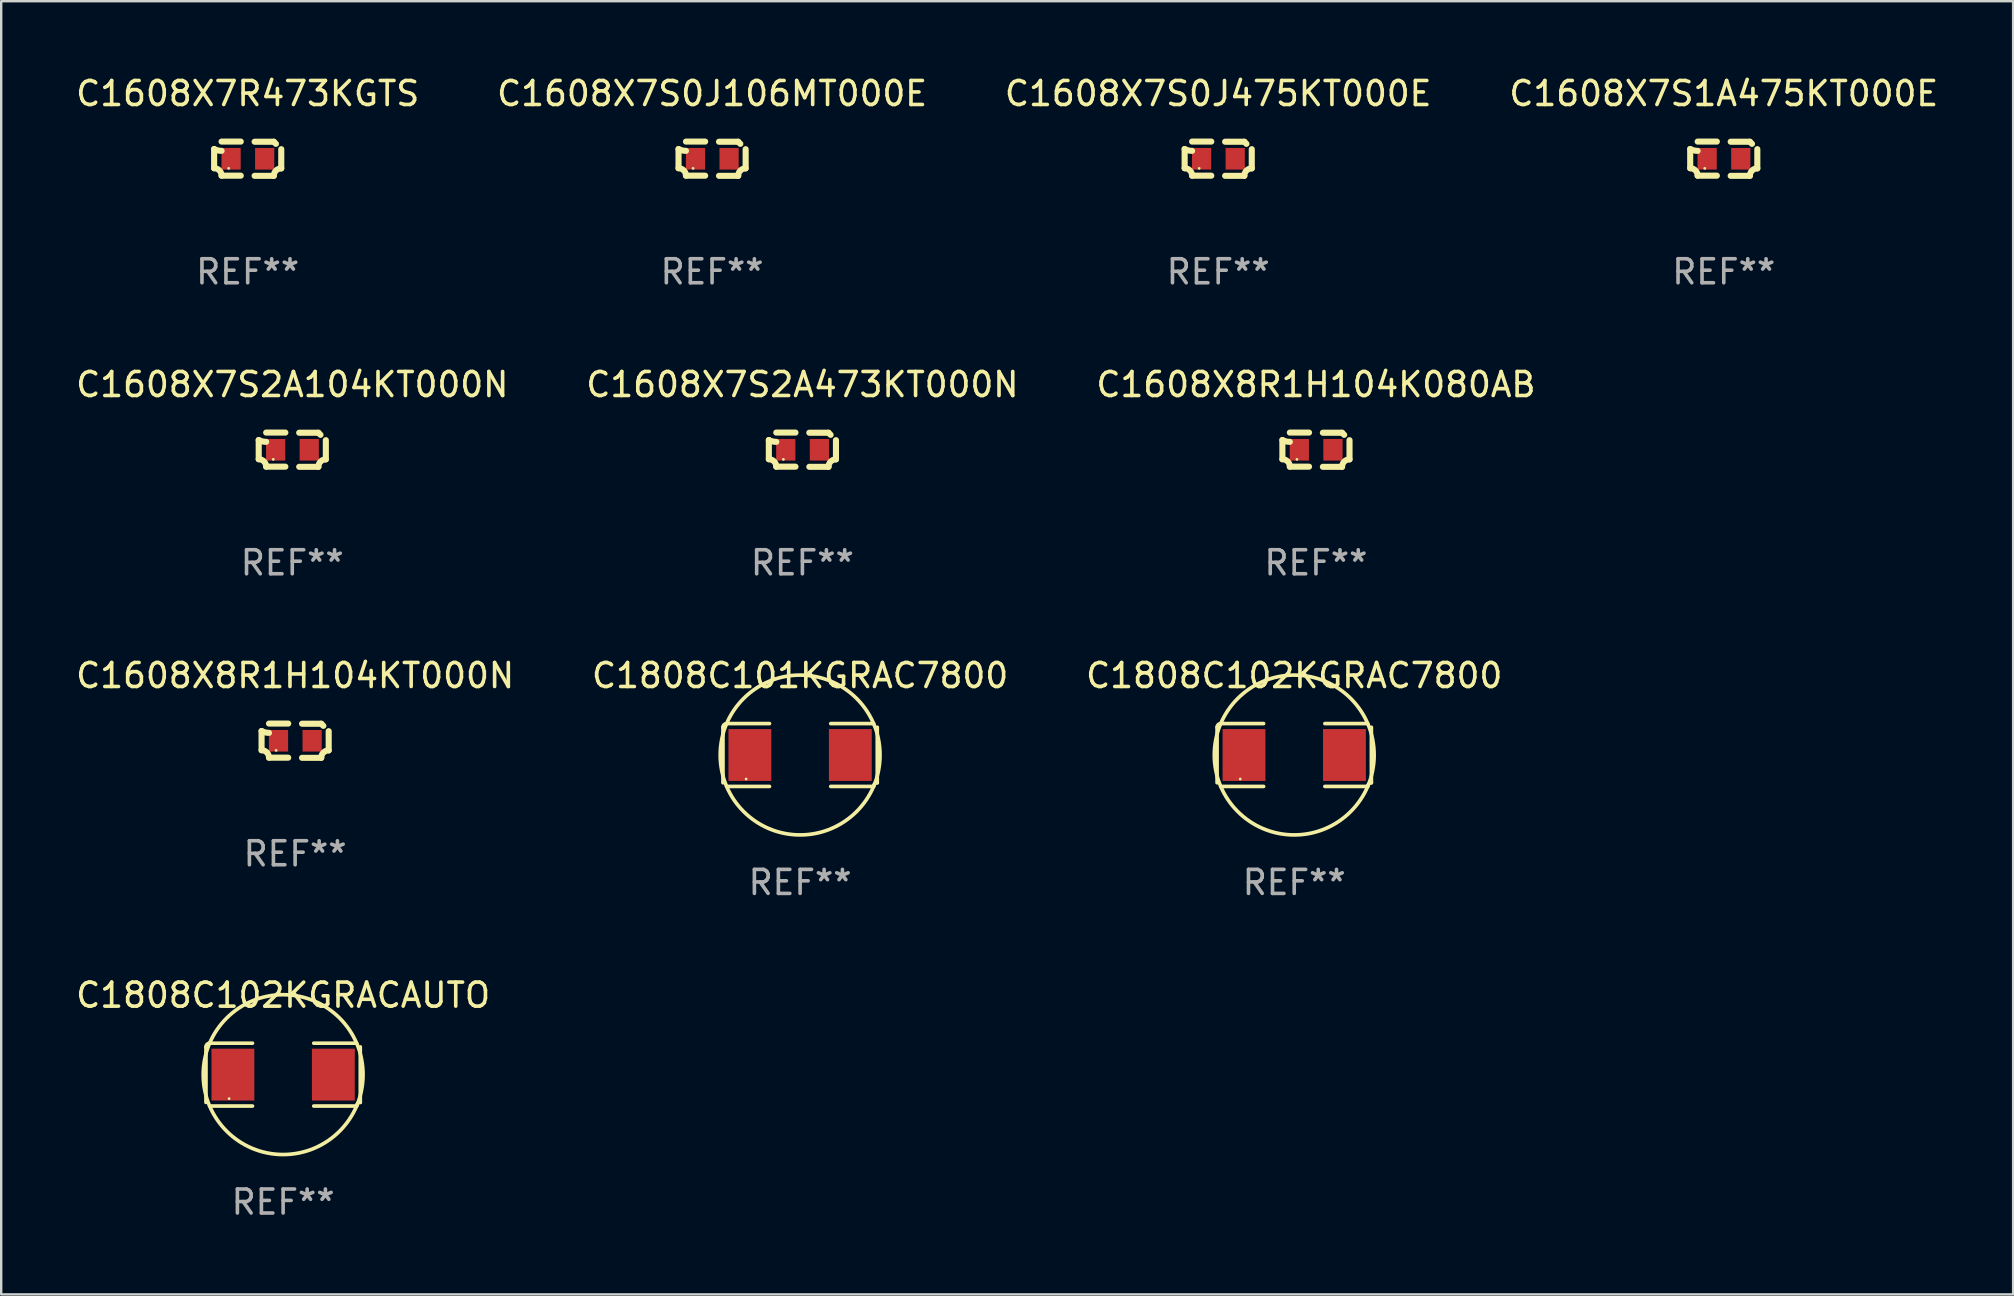
<source format=kicad_pcb>
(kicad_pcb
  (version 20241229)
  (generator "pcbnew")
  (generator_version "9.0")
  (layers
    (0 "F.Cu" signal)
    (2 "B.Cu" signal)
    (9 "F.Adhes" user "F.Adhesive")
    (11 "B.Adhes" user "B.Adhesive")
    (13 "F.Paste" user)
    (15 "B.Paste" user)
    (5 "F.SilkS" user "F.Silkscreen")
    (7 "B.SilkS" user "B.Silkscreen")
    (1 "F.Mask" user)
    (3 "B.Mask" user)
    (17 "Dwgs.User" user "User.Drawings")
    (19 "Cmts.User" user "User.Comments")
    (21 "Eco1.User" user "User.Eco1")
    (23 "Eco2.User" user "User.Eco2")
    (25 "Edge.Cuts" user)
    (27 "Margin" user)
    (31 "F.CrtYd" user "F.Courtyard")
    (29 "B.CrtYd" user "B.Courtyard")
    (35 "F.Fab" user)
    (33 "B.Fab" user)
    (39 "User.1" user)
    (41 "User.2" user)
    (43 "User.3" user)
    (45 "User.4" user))
  (footprint "C1608X7S0J106MT000E"
    (layer "F.Cu")
    (at 26.613 3.561)
    (property "Reference" "C1608X7S0J106MT000E" (at 0 -2.713 0) (layer "F.SilkS") (effects (font (size 1 1) (thickness 0.15))))
    (attr through_hole)
    (fp_line (start -1.398 -0.403) (end -1.398 0.397) (stroke (width 0.254) (type solid)) (layer "F.SilkS"))
    (fp_line (start -0.288 -0.713) (end -1.088 -0.713) (stroke (width 0.254) (type solid)) (layer "F.SilkS"))
    (fp_line (start -0.288 0.707) (end -1.088 0.707) (stroke (width 0.254) (type solid)) (layer "F.SilkS"))
    (fp_line (start 0.288 -0.707) (end 1.088 -0.707) (stroke (width 0.254) (type solid)) (layer "F.SilkS"))
    (fp_line (start 0.288 0.713) (end 1.088 0.713) (stroke (width 0.254) (type solid)) (layer "F.SilkS"))
    (fp_line (start 1.398 -0.397) (end 1.398 0.403) (stroke (width 0.254) (type solid)) (layer "F.SilkS"))
    (fp_arc (start -1.397789 0.397066) (mid -1.178701 0.487826) (end -1.08796 0.706922) (stroke (width 0.254001) (type solid)) (layer "F.SilkS"))
    (fp_arc (start -1.08796 -0.327176) (mid -1.247436 -0.346384) (end -1.39779 -0.402908) (stroke (width 0.254001) (type solid)) (layer "F.SilkS"))
    (fp_arc (start 1.087909 0.712738) (mid 1.178656 0.493655) (end 1.397739 0.402908) (stroke (width 0.254001) (type solid)) (layer "F.SilkS"))
    (fp_arc (start 1.175925 -0.618926) (mid 1.131917 -0.662923) (end 1.08791 -0.706922) (stroke (width 0.254001) (type solid)) (layer "F.SilkS"))
    (fp_circle (center -0.792 0.403) (end -0.762 0.403) (stroke (width 0.06) (type solid)) (fill no) (layer "F.SilkS"))
    (fp_text user "REF**" (at 0 4.713 0) (layer "F.Fab") (effects (font (size 1 1) (thickness 0.15))))
    (pad "1" smd rect (at -0.692 0.003) (size 0.8 0.9) (layers "F.Cu" "F.Mask" "F.Paste"))
    (pad "2" smd rect (at 0.708 0.003) (size 0.8 0.9) (layers "F.Cu" "F.Mask" "F.Paste")))
  (footprint "C1608X7R473KGTS"
    (layer "F.Cu")
    (at 7.268 3.561)
    (property "Reference" "C1608X7R473KGTS" (at 0 -2.713 0) (layer "F.SilkS") (effects (font (size 1 1) (thickness 0.15))))
    (attr through_hole)
    (fp_line (start -1.398 -0.403) (end -1.398 0.397) (stroke (width 0.254) (type solid)) (layer "F.SilkS"))
    (fp_line (start -0.288 -0.713) (end -1.088 -0.713) (stroke (width 0.254) (type solid)) (layer "F.SilkS"))
    (fp_line (start -0.288 0.707) (end -1.088 0.707) (stroke (width 0.254) (type solid)) (layer "F.SilkS"))
    (fp_line (start 0.288 -0.707) (end 1.088 -0.707) (stroke (width 0.254) (type solid)) (layer "F.SilkS"))
    (fp_line (start 0.288 0.713) (end 1.088 0.713) (stroke (width 0.254) (type solid)) (layer "F.SilkS"))
    (fp_line (start 1.398 -0.397) (end 1.398 0.403) (stroke (width 0.254) (type solid)) (layer "F.SilkS"))
    (fp_arc (start -1.397789 0.397066) (mid -1.178701 0.487826) (end -1.08796 0.706922) (stroke (width 0.254001) (type solid)) (layer "F.SilkS"))
    (fp_arc (start -1.08796 -0.327176) (mid -1.247436 -0.346384) (end -1.39779 -0.402908) (stroke (width 0.254001) (type solid)) (layer "F.SilkS"))
    (fp_arc (start 1.087909 0.712738) (mid 1.178656 0.493655) (end 1.397739 0.402908) (stroke (width 0.254001) (type solid)) (layer "F.SilkS"))
    (fp_arc (start 1.175925 -0.618926) (mid 1.131917 -0.662923) (end 1.08791 -0.706922) (stroke (width 0.254001) (type solid)) (layer "F.SilkS"))
    (fp_circle (center -0.792 0.403) (end -0.762 0.403) (stroke (width 0.06) (type solid)) (fill no) (layer "F.SilkS"))
    (fp_text user "REF**" (at 0 4.713 0) (layer "F.Fab") (effects (font (size 1 1) (thickness 0.15))))
    (pad "1" smd rect (at -0.692 0.003) (size 0.8 0.9) (layers "F.Cu" "F.Mask" "F.Paste"))
    (pad "2" smd rect (at 0.708 0.003) (size 0.8 0.9) (layers "F.Cu" "F.Mask" "F.Paste")))
  (footprint "C1608X7S2A104KT000N"
    (layer "F.Cu")
    (at 9.125 15.683)
    (property "Reference" "C1608X7S2A104KT000N" (at 0 -2.713 0) (layer "F.SilkS") (effects (font (size 1 1) (thickness 0.15))))
    (attr through_hole)
    (fp_line (start -1.398 -0.403) (end -1.398 0.397) (stroke (width 0.254) (type solid)) (layer "F.SilkS"))
    (fp_line (start -0.288 -0.713) (end -1.088 -0.713) (stroke (width 0.254) (type solid)) (layer "F.SilkS"))
    (fp_line (start -0.288 0.707) (end -1.088 0.707) (stroke (width 0.254) (type solid)) (layer "F.SilkS"))
    (fp_line (start 0.288 -0.707) (end 1.088 -0.707) (stroke (width 0.254) (type solid)) (layer "F.SilkS"))
    (fp_line (start 0.288 0.713) (end 1.088 0.713) (stroke (width 0.254) (type solid)) (layer "F.SilkS"))
    (fp_line (start 1.398 -0.397) (end 1.398 0.403) (stroke (width 0.254) (type solid)) (layer "F.SilkS"))
    (fp_arc (start -1.397789 0.397066) (mid -1.178701 0.487826) (end -1.08796 0.706922) (stroke (width 0.254001) (type solid)) (layer "F.SilkS"))
    (fp_arc (start -1.08796 -0.327176) (mid -1.247436 -0.346384) (end -1.39779 -0.402908) (stroke (width 0.254001) (type solid)) (layer "F.SilkS"))
    (fp_arc (start 1.087909 0.712738) (mid 1.178656 0.493655) (end 1.397739 0.402908) (stroke (width 0.254001) (type solid)) (layer "F.SilkS"))
    (fp_arc (start 1.175925 -0.618926) (mid 1.131917 -0.662923) (end 1.08791 -0.706922) (stroke (width 0.254001) (type solid)) (layer "F.SilkS"))
    (fp_circle (center -0.792 0.403) (end -0.762 0.403) (stroke (width 0.06) (type solid)) (fill no) (layer "F.SilkS"))
    (fp_text user "REF**" (at 0 4.713 0) (layer "F.Fab") (effects (font (size 1 1) (thickness 0.15))))
    (pad "1" smd rect (at -0.692 0.003) (size 0.8 0.9) (layers "F.Cu" "F.Mask" "F.Paste"))
    (pad "2" smd rect (at 0.708 0.003) (size 0.8 0.9) (layers "F.Cu" "F.Mask" "F.Paste")))
  (footprint "C1808C102KGRAC7800"
    (layer "F.Cu")
    (at 50.863 28.401)
    (property "Reference" "C1808C102KGRAC7800" (at 0 -3.309 0) (layer "F.SilkS") (effects (font (size 1 1) (thickness 0.15))))
    (attr through_hole)
    (fp_line (start -3.214 -1.156) (end -3.214 1.156) (stroke (width 0.152) (type solid)) (layer "F.SilkS"))
    (fp_line (start -3.061 1.309) (end -1.276 1.309) (stroke (width 0.152) (type solid)) (layer "F.SilkS"))
    (fp_line (start -1.276 -1.309) (end -3.061 -1.309) (stroke (width 0.152) (type solid)) (layer "F.SilkS"))
    (fp_line (start 1.276 -1.309) (end 3.061 -1.309) (stroke (width 0.152) (type solid)) (layer "F.SilkS"))
    (fp_line (start 3.061 1.309) (end 1.276 1.309) (stroke (width 0.152) (type solid)) (layer "F.SilkS"))
    (fp_line (start 3.214 -1.156) (end 3.214 1.156) (stroke (width 0.152) (type solid)) (layer "F.SilkS"))
    (fp_arc (start -3.21359 -1.15621) (mid -3.168953 -1.263974) (end -3.061189 -1.308611) (stroke (width 0.1524) (type solid)) (layer "F.SilkS"))
    (fp_arc (start 3.061188 1.308611) (mid 3.105825 1.200847) (end 3.213589 1.15621) (stroke (width 0.1524) (type solid)) (layer "F.SilkS"))
    (fp_arc (start 3.061189 -1.308611) (mid -3.061167 1.308589) (end 3.061189 -1.308611) (stroke (width 0.1524) (type solid)) (layer "F.SilkS"))
    (fp_circle (center -2.25 1) (end -2.22 1) (stroke (width 0.06) (type solid)) (fill no) (layer "F.SilkS"))
    (fp_text user "REF**" (at 0 5.309 0) (layer "F.Fab") (effects (font (size 1 1) (thickness 0.15))))
    (pad "1" smd rect (at -2.092 0) (size 1.785 2.16) (layers "F.Cu" "F.Mask" "F.Paste"))
    (pad "2" smd rect (at 2.092 0) (size 1.785 2.16) (layers "F.Cu" "F.Mask" "F.Paste")))
  (footprint "C1608X7S0J475KT000E"
    (layer "F.Cu")
    (at 47.696 3.561)
    (property "Reference" "C1608X7S0J475KT000E" (at 0 -2.713 0) (layer "F.SilkS") (effects (font (size 1 1) (thickness 0.15))))
    (attr through_hole)
    (fp_line (start -1.398 -0.403) (end -1.398 0.397) (stroke (width 0.254) (type solid)) (layer "F.SilkS"))
    (fp_line (start -0.288 -0.713) (end -1.088 -0.713) (stroke (width 0.254) (type solid)) (layer "F.SilkS"))
    (fp_line (start -0.288 0.707) (end -1.088 0.707) (stroke (width 0.254) (type solid)) (layer "F.SilkS"))
    (fp_line (start 0.288 -0.707) (end 1.088 -0.707) (stroke (width 0.254) (type solid)) (layer "F.SilkS"))
    (fp_line (start 0.288 0.713) (end 1.088 0.713) (stroke (width 0.254) (type solid)) (layer "F.SilkS"))
    (fp_line (start 1.398 -0.397) (end 1.398 0.403) (stroke (width 0.254) (type solid)) (layer "F.SilkS"))
    (fp_arc (start -1.397789 0.397066) (mid -1.178701 0.487826) (end -1.08796 0.706922) (stroke (width 0.254001) (type solid)) (layer "F.SilkS"))
    (fp_arc (start -1.08796 -0.327176) (mid -1.247436 -0.346384) (end -1.39779 -0.402908) (stroke (width 0.254001) (type solid)) (layer "F.SilkS"))
    (fp_arc (start 1.087909 0.712738) (mid 1.178656 0.493655) (end 1.397739 0.402908) (stroke (width 0.254001) (type solid)) (layer "F.SilkS"))
    (fp_arc (start 1.175925 -0.618926) (mid 1.131917 -0.662923) (end 1.08791 -0.706922) (stroke (width 0.254001) (type solid)) (layer "F.SilkS"))
    (fp_circle (center -0.792 0.403) (end -0.762 0.403) (stroke (width 0.06) (type solid)) (fill no) (layer "F.SilkS"))
    (fp_text user "REF**" (at 0 4.713 0) (layer "F.Fab") (effects (font (size 1 1) (thickness 0.15))))
    (pad "1" smd rect (at -0.692 0.003) (size 0.8 0.9) (layers "F.Cu" "F.Mask" "F.Paste"))
    (pad "2" smd rect (at 0.708 0.003) (size 0.8 0.9) (layers "F.Cu" "F.Mask" "F.Paste")))
  (footprint "C1608X7S1A475KT000E"
    (layer "F.Cu")
    (at 68.756 3.561)
    (property "Reference" "C1608X7S1A475KT000E" (at 0 -2.713 0) (layer "F.SilkS") (effects (font (size 1 1) (thickness 0.15))))
    (attr through_hole)
    (fp_line (start -1.398 -0.403) (end -1.398 0.397) (stroke (width 0.254) (type solid)) (layer "F.SilkS"))
    (fp_line (start -0.288 -0.713) (end -1.088 -0.713) (stroke (width 0.254) (type solid)) (layer "F.SilkS"))
    (fp_line (start -0.288 0.707) (end -1.088 0.707) (stroke (width 0.254) (type solid)) (layer "F.SilkS"))
    (fp_line (start 0.288 -0.707) (end 1.088 -0.707) (stroke (width 0.254) (type solid)) (layer "F.SilkS"))
    (fp_line (start 0.288 0.713) (end 1.088 0.713) (stroke (width 0.254) (type solid)) (layer "F.SilkS"))
    (fp_line (start 1.398 -0.397) (end 1.398 0.403) (stroke (width 0.254) (type solid)) (layer "F.SilkS"))
    (fp_arc (start -1.397789 0.397066) (mid -1.178701 0.487826) (end -1.08796 0.706922) (stroke (width 0.254001) (type solid)) (layer "F.SilkS"))
    (fp_arc (start -1.08796 -0.327176) (mid -1.247436 -0.346384) (end -1.39779 -0.402908) (stroke (width 0.254001) (type solid)) (layer "F.SilkS"))
    (fp_arc (start 1.087909 0.712738) (mid 1.178656 0.493655) (end 1.397739 0.402908) (stroke (width 0.254001) (type solid)) (layer "F.SilkS"))
    (fp_arc (start 1.175925 -0.618926) (mid 1.131917 -0.662923) (end 1.08791 -0.706922) (stroke (width 0.254001) (type solid)) (layer "F.SilkS"))
    (fp_circle (center -0.792 0.403) (end -0.762 0.403) (stroke (width 0.06) (type solid)) (fill no) (layer "F.SilkS"))
    (fp_text user "REF**" (at 0 4.713 0) (layer "F.Fab") (effects (font (size 1 1) (thickness 0.15))))
    (pad "1" smd rect (at -0.692 0.003) (size 0.8 0.9) (layers "F.Cu" "F.Mask" "F.Paste"))
    (pad "2" smd rect (at 0.708 0.003) (size 0.8 0.9) (layers "F.Cu" "F.Mask" "F.Paste")))
  (footprint "C1608X8R1H104KT000N"
    (layer "F.Cu")
    (at 9.244 27.805)
    (property "Reference" "C1608X8R1H104KT000N" (at 0 -2.713 0) (layer "F.SilkS") (effects (font (size 1 1) (thickness 0.15))))
    (attr through_hole)
    (fp_line (start -1.398 -0.403) (end -1.398 0.397) (stroke (width 0.254) (type solid)) (layer "F.SilkS"))
    (fp_line (start -0.288 -0.713) (end -1.088 -0.713) (stroke (width 0.254) (type solid)) (layer "F.SilkS"))
    (fp_line (start -0.288 0.707) (end -1.088 0.707) (stroke (width 0.254) (type solid)) (layer "F.SilkS"))
    (fp_line (start 0.288 -0.707) (end 1.088 -0.707) (stroke (width 0.254) (type solid)) (layer "F.SilkS"))
    (fp_line (start 0.288 0.713) (end 1.088 0.713) (stroke (width 0.254) (type solid)) (layer "F.SilkS"))
    (fp_line (start 1.398 -0.397) (end 1.398 0.403) (stroke (width 0.254) (type solid)) (layer "F.SilkS"))
    (fp_arc (start -1.397789 0.397066) (mid -1.178701 0.487826) (end -1.08796 0.706922) (stroke (width 0.254001) (type solid)) (layer "F.SilkS"))
    (fp_arc (start -1.08796 -0.327176) (mid -1.247436 -0.346384) (end -1.39779 -0.402908) (stroke (width 0.254001) (type solid)) (layer "F.SilkS"))
    (fp_arc (start 1.087909 0.712738) (mid 1.178656 0.493655) (end 1.397739 0.402908) (stroke (width 0.254001) (type solid)) (layer "F.SilkS"))
    (fp_arc (start 1.175925 -0.618926) (mid 1.131917 -0.662923) (end 1.08791 -0.706922) (stroke (width 0.254001) (type solid)) (layer "F.SilkS"))
    (fp_circle (center -0.792 0.403) (end -0.762 0.403) (stroke (width 0.06) (type solid)) (fill no) (layer "F.SilkS"))
    (fp_text user "REF**" (at 0 4.713 0) (layer "F.Fab") (effects (font (size 1 1) (thickness 0.15))))
    (pad "1" smd rect (at -0.692 0.003) (size 0.8 0.9) (layers "F.Cu" "F.Mask" "F.Paste"))
    (pad "2" smd rect (at 0.708 0.003) (size 0.8 0.9) (layers "F.Cu" "F.Mask" "F.Paste")))
  (footprint "C1608X8R1H104K080AB"
    (layer "F.Cu")
    (at 51.768 15.683)
    (property "Reference" "C1608X8R1H104K080AB" (at 0 -2.713 0) (layer "F.SilkS") (effects (font (size 1 1) (thickness 0.15))))
    (attr through_hole)
    (fp_line (start -1.398 -0.403) (end -1.398 0.397) (stroke (width 0.254) (type solid)) (layer "F.SilkS"))
    (fp_line (start -0.288 -0.713) (end -1.088 -0.713) (stroke (width 0.254) (type solid)) (layer "F.SilkS"))
    (fp_line (start -0.288 0.707) (end -1.088 0.707) (stroke (width 0.254) (type solid)) (layer "F.SilkS"))
    (fp_line (start 0.288 -0.707) (end 1.088 -0.707) (stroke (width 0.254) (type solid)) (layer "F.SilkS"))
    (fp_line (start 0.288 0.713) (end 1.088 0.713) (stroke (width 0.254) (type solid)) (layer "F.SilkS"))
    (fp_line (start 1.398 -0.397) (end 1.398 0.403) (stroke (width 0.254) (type solid)) (layer "F.SilkS"))
    (fp_arc (start -1.397789 0.397066) (mid -1.178701 0.487826) (end -1.08796 0.706922) (stroke (width 0.254001) (type solid)) (layer "F.SilkS"))
    (fp_arc (start -1.08796 -0.327176) (mid -1.247436 -0.346384) (end -1.39779 -0.402908) (stroke (width 0.254001) (type solid)) (layer "F.SilkS"))
    (fp_arc (start 1.087909 0.712738) (mid 1.178656 0.493655) (end 1.397739 0.402908) (stroke (width 0.254001) (type solid)) (layer "F.SilkS"))
    (fp_arc (start 1.175925 -0.618926) (mid 1.131917 -0.662923) (end 1.08791 -0.706922) (stroke (width 0.254001) (type solid)) (layer "F.SilkS"))
    (fp_circle (center -0.792 0.403) (end -0.762 0.403) (stroke (width 0.06) (type solid)) (fill no) (layer "F.SilkS"))
    (fp_text user "REF**" (at 0 4.713 0) (layer "F.Fab") (effects (font (size 1 1) (thickness 0.15))))
    (pad "1" smd rect (at -0.692 0.003) (size 0.8 0.9) (layers "F.Cu" "F.Mask" "F.Paste"))
    (pad "2" smd rect (at 0.708 0.003) (size 0.8 0.9) (layers "F.Cu" "F.Mask" "F.Paste")))
  (footprint "C1808C102KGRACAUTO"
    (layer "F.Cu")
    (at 8.744 41.715)
    (property "Reference" "C1808C102KGRACAUTO" (at 0 -3.309 0) (layer "F.SilkS") (effects (font (size 1 1) (thickness 0.15))))
    (attr through_hole)
    (fp_line (start -3.214 -1.156) (end -3.214 1.156) (stroke (width 0.152) (type solid)) (layer "F.SilkS"))
    (fp_line (start -3.061 1.309) (end -1.276 1.309) (stroke (width 0.152) (type solid)) (layer "F.SilkS"))
    (fp_line (start -1.276 -1.309) (end -3.061 -1.309) (stroke (width 0.152) (type solid)) (layer "F.SilkS"))
    (fp_line (start 1.276 -1.309) (end 3.061 -1.309) (stroke (width 0.152) (type solid)) (layer "F.SilkS"))
    (fp_line (start 3.061 1.309) (end 1.276 1.309) (stroke (width 0.152) (type solid)) (layer "F.SilkS"))
    (fp_line (start 3.214 -1.156) (end 3.214 1.156) (stroke (width 0.152) (type solid)) (layer "F.SilkS"))
    (fp_arc (start -3.21359 -1.15621) (mid -3.168953 -1.263974) (end -3.061189 -1.308611) (stroke (width 0.1524) (type solid)) (layer "F.SilkS"))
    (fp_arc (start 3.061188 1.308611) (mid 3.105825 1.200847) (end 3.213589 1.15621) (stroke (width 0.1524) (type solid)) (layer "F.SilkS"))
    (fp_arc (start 3.061189 -1.308611) (mid -3.061167 1.308589) (end 3.061189 -1.308611) (stroke (width 0.1524) (type solid)) (layer "F.SilkS"))
    (fp_circle (center -2.25 1) (end -2.22 1) (stroke (width 0.06) (type solid)) (fill no) (layer "F.SilkS"))
    (fp_text user "REF**" (at 0 5.309 0) (layer "F.Fab") (effects (font (size 1 1) (thickness 0.15))))
    (pad "1" smd rect (at -2.092 0) (size 1.785 2.16) (layers "F.Cu" "F.Mask" "F.Paste"))
    (pad "2" smd rect (at 2.092 0) (size 1.785 2.16) (layers "F.Cu" "F.Mask" "F.Paste")))
  (footprint "C1608X7S2A473KT000N"
    (layer "F.Cu")
    (at 30.375 15.683)
    (property "Reference" "C1608X7S2A473KT000N" (at 0 -2.713 0) (layer "F.SilkS") (effects (font (size 1 1) (thickness 0.15))))
    (attr through_hole)
    (fp_line (start -1.398 -0.403) (end -1.398 0.397) (stroke (width 0.254) (type solid)) (layer "F.SilkS"))
    (fp_line (start -0.288 -0.713) (end -1.088 -0.713) (stroke (width 0.254) (type solid)) (layer "F.SilkS"))
    (fp_line (start -0.288 0.707) (end -1.088 0.707) (stroke (width 0.254) (type solid)) (layer "F.SilkS"))
    (fp_line (start 0.288 -0.707) (end 1.088 -0.707) (stroke (width 0.254) (type solid)) (layer "F.SilkS"))
    (fp_line (start 0.288 0.713) (end 1.088 0.713) (stroke (width 0.254) (type solid)) (layer "F.SilkS"))
    (fp_line (start 1.398 -0.397) (end 1.398 0.403) (stroke (width 0.254) (type solid)) (layer "F.SilkS"))
    (fp_arc (start -1.397789 0.397066) (mid -1.178701 0.487826) (end -1.08796 0.706922) (stroke (width 0.254001) (type solid)) (layer "F.SilkS"))
    (fp_arc (start -1.08796 -0.327176) (mid -1.247436 -0.346384) (end -1.39779 -0.402908) (stroke (width 0.254001) (type solid)) (layer "F.SilkS"))
    (fp_arc (start 1.087909 0.712738) (mid 1.178656 0.493655) (end 1.397739 0.402908) (stroke (width 0.254001) (type solid)) (layer "F.SilkS"))
    (fp_arc (start 1.175925 -0.618926) (mid 1.131917 -0.662923) (end 1.08791 -0.706922) (stroke (width 0.254001) (type solid)) (layer "F.SilkS"))
    (fp_circle (center -0.792 0.403) (end -0.762 0.403) (stroke (width 0.06) (type solid)) (fill no) (layer "F.SilkS"))
    (fp_text user "REF**" (at 0 4.713 0) (layer "F.Fab") (effects (font (size 1 1) (thickness 0.15))))
    (pad "1" smd rect (at -0.692 0.003) (size 0.8 0.9) (layers "F.Cu" "F.Mask" "F.Paste"))
    (pad "2" smd rect (at 0.708 0.003) (size 0.8 0.9) (layers "F.Cu" "F.Mask" "F.Paste")))
  (footprint "C1808C101KGRAC7800"
    (layer "F.Cu")
    (at 30.28 28.401)
    (property "Reference" "C1808C101KGRAC7800" (at 0 -3.309 0) (layer "F.SilkS") (effects (font (size 1 1) (thickness 0.15))))
    (attr through_hole)
    (fp_line (start -3.214 -1.156) (end -3.214 1.156) (stroke (width 0.152) (type solid)) (layer "F.SilkS"))
    (fp_line (start -3.061 1.309) (end -1.276 1.309) (stroke (width 0.152) (type solid)) (layer "F.SilkS"))
    (fp_line (start -1.276 -1.309) (end -3.061 -1.309) (stroke (width 0.152) (type solid)) (layer "F.SilkS"))
    (fp_line (start 1.276 -1.309) (end 3.061 -1.309) (stroke (width 0.152) (type solid)) (layer "F.SilkS"))
    (fp_line (start 3.061 1.309) (end 1.276 1.309) (stroke (width 0.152) (type solid)) (layer "F.SilkS"))
    (fp_line (start 3.214 -1.156) (end 3.214 1.156) (stroke (width 0.152) (type solid)) (layer "F.SilkS"))
    (fp_arc (start -3.21359 -1.15621) (mid -3.168953 -1.263974) (end -3.061189 -1.308611) (stroke (width 0.1524) (type solid)) (layer "F.SilkS"))
    (fp_arc (start 3.061188 1.308611) (mid 3.105825 1.200847) (end 3.213589 1.15621) (stroke (width 0.1524) (type solid)) (layer "F.SilkS"))
    (fp_arc (start 3.061189 -1.308611) (mid -3.061167 1.308589) (end 3.061189 -1.308611) (stroke (width 0.1524) (type solid)) (layer "F.SilkS"))
    (fp_circle (center -2.25 1) (end -2.22 1) (stroke (width 0.06) (type solid)) (fill no) (layer "F.SilkS"))
    (fp_text user "REF**" (at 0 5.309 0) (layer "F.Fab") (effects (font (size 1 1) (thickness 0.15))))
    (pad "1" smd rect (at -2.092 0) (size 1.785 2.16) (layers "F.Cu" "F.Mask" "F.Paste"))
    (pad "2" smd rect (at 2.092 0) (size 1.785 2.16) (layers "F.Cu" "F.Mask" "F.Paste")))
  (gr_rect
    (start -3 -3)
    (end 80.81 50.871)
    (stroke (width 0.1) (type default))
    (fill no)
    (layer "Edge.Cuts")))
</source>
